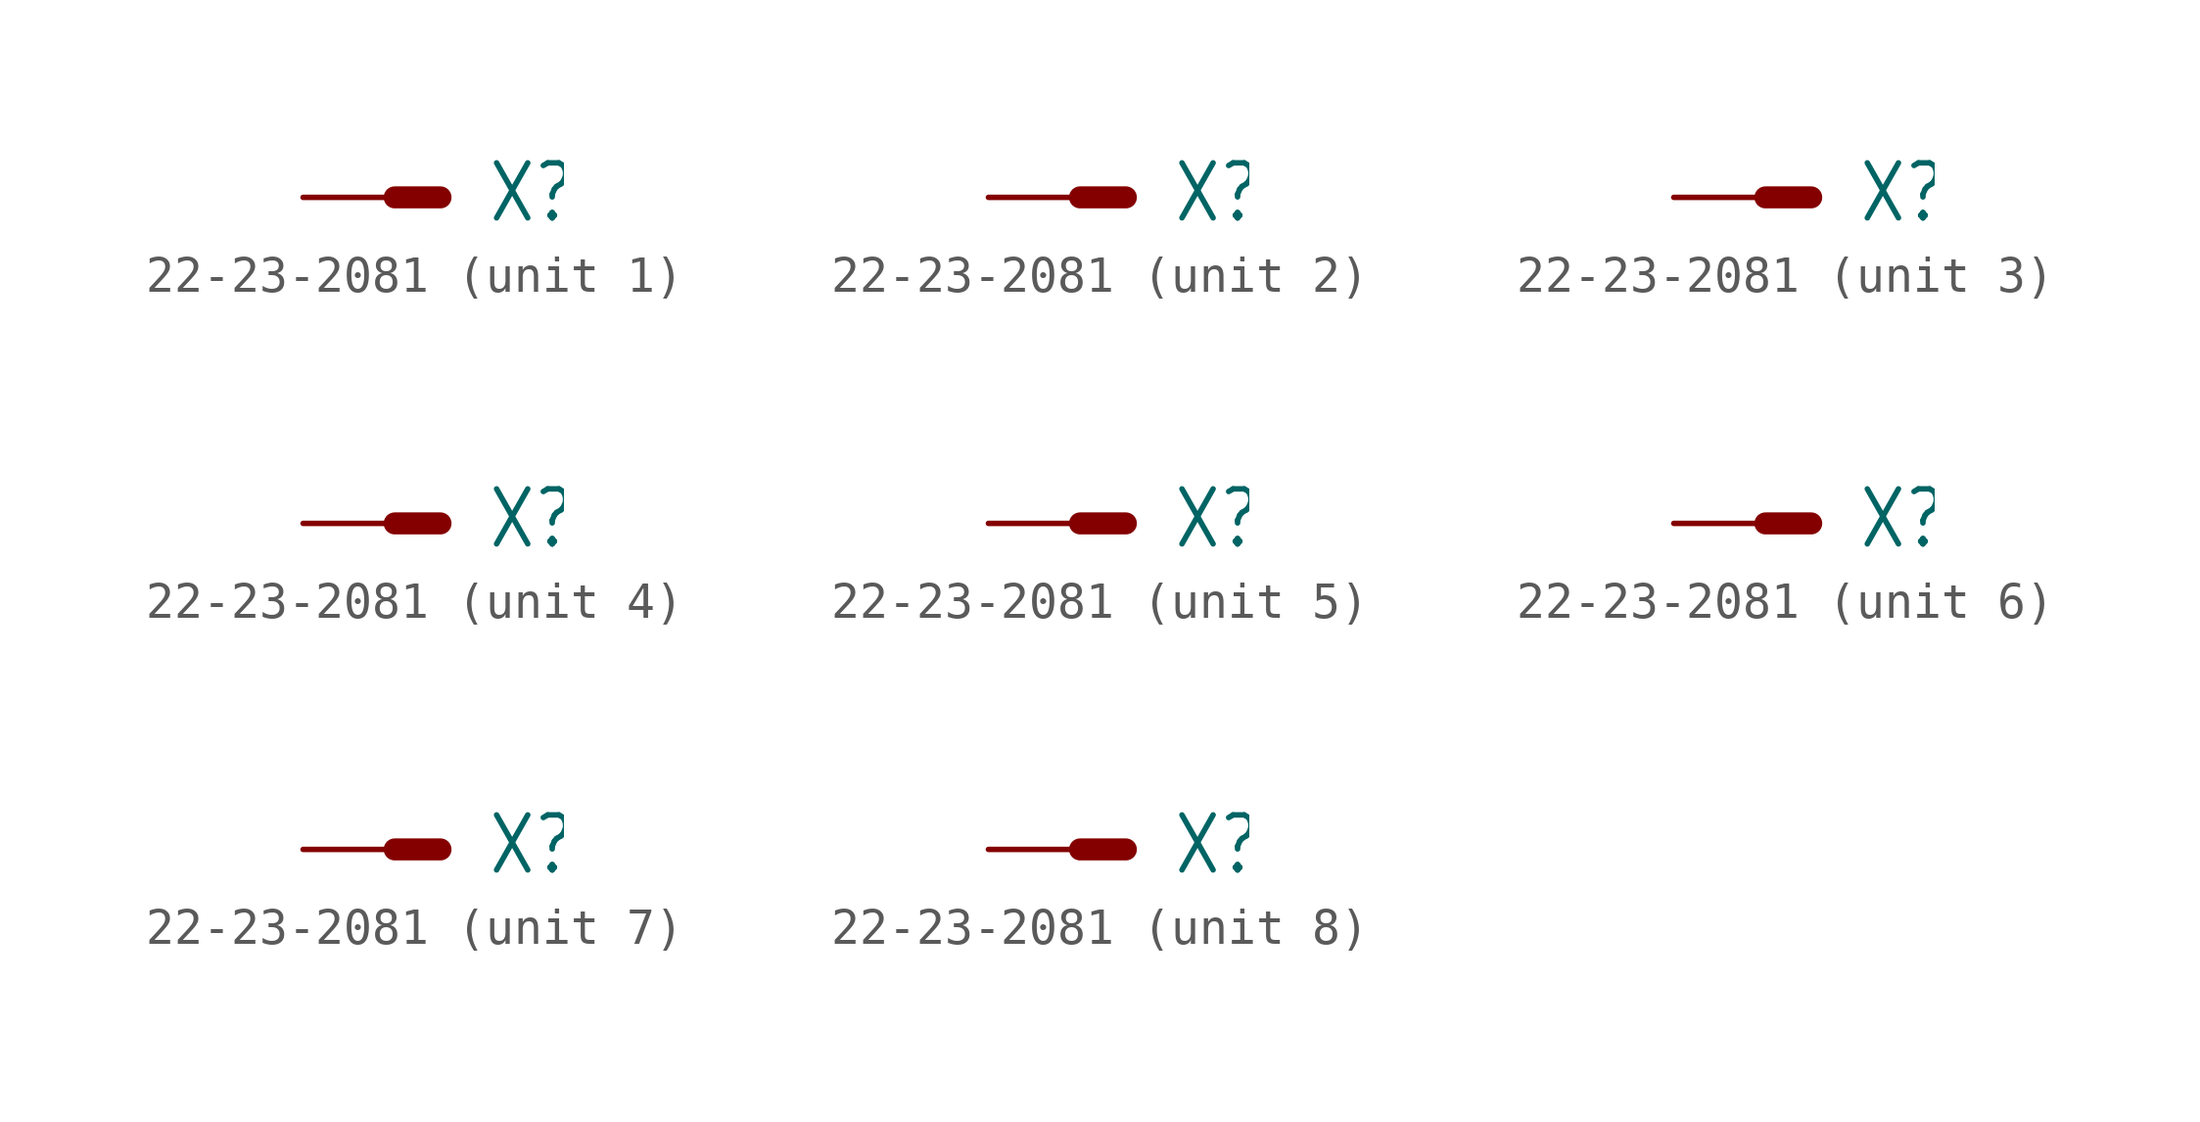
<source format=kicad_sym>
(kicad_symbol_lib
  (version 20211014)
  (generator kicad_symbol_editor)
  (symbol "22-23-2081"
    (property "Reference" "X"
      (at 2.54 -0.762 0)
      (effects (font (size 1.524 1.295)) (justify left bottom)))
    (property "ki_locked" ""
      (at 0 0 0)
      (effects (font (size 1.27 1.27))))
    (symbol "22-23-2081_1_0"
      (polyline (pts (xy 1.27 0) (xy 0 0)) (stroke (width 0.61) (type default) (color 0 0 0 0)) (fill (type none)))
      (pin passive line (at -2.54 0 0) (length 2.54) (name "S" (effects (font (size 0 0)))) (number "1" (effects (font (size 0 0))))))
    (symbol "22-23-2081_2_0"
      (polyline (pts (xy 1.27 0) (xy 0 0)) (stroke (width 0.61) (type default) (color 0 0 0 0)) (fill (type none)))
      (pin passive line (at -2.54 0 0) (length 2.54) (name "S" (effects (font (size 0 0)))) (number "2" (effects (font (size 0 0))))))
    (symbol "22-23-2081_3_0"
      (polyline (pts (xy 1.27 0) (xy 0 0)) (stroke (width 0.61) (type default) (color 0 0 0 0)) (fill (type none)))
      (pin passive line (at -2.54 0 0) (length 2.54) (name "S" (effects (font (size 0 0)))) (number "3" (effects (font (size 0 0))))))
    (symbol "22-23-2081_4_0"
      (polyline (pts (xy 1.27 0) (xy 0 0)) (stroke (width 0.61) (type default) (color 0 0 0 0)) (fill (type none)))
      (pin passive line (at -2.54 0 0) (length 2.54) (name "S" (effects (font (size 0 0)))) (number "4" (effects (font (size 0 0))))))
    (symbol "22-23-2081_5_0"
      (polyline (pts (xy 1.27 0) (xy 0 0)) (stroke (width 0.61) (type default) (color 0 0 0 0)) (fill (type none)))
      (pin passive line (at -2.54 0 0) (length 2.54) (name "S" (effects (font (size 0 0)))) (number "5" (effects (font (size 0 0))))))
    (symbol "22-23-2081_6_0"
      (polyline (pts (xy 1.27 0) (xy 0 0)) (stroke (width 0.61) (type default) (color 0 0 0 0)) (fill (type none)))
      (pin passive line (at -2.54 0 0) (length 2.54) (name "S" (effects (font (size 0 0)))) (number "6" (effects (font (size 0 0))))))
    (symbol "22-23-2081_7_0"
      (polyline (pts (xy 1.27 0) (xy 0 0)) (stroke (width 0.61) (type default) (color 0 0 0 0)) (fill (type none)))
      (pin passive line (at -2.54 0 0) (length 2.54) (name "S" (effects (font (size 0 0)))) (number "7" (effects (font (size 0 0))))))
    (symbol "22-23-2081_8_0"
      (polyline (pts (xy 1.27 0) (xy 0 0)) (stroke (width 0.61) (type default) (color 0 0 0 0)) (fill (type none)))
      (pin passive line (at -2.54 0 0) (length 2.54) (name "S" (effects (font (size 0 0)))) (number "8" (effects (font (size 0 0))))))))
</source>
